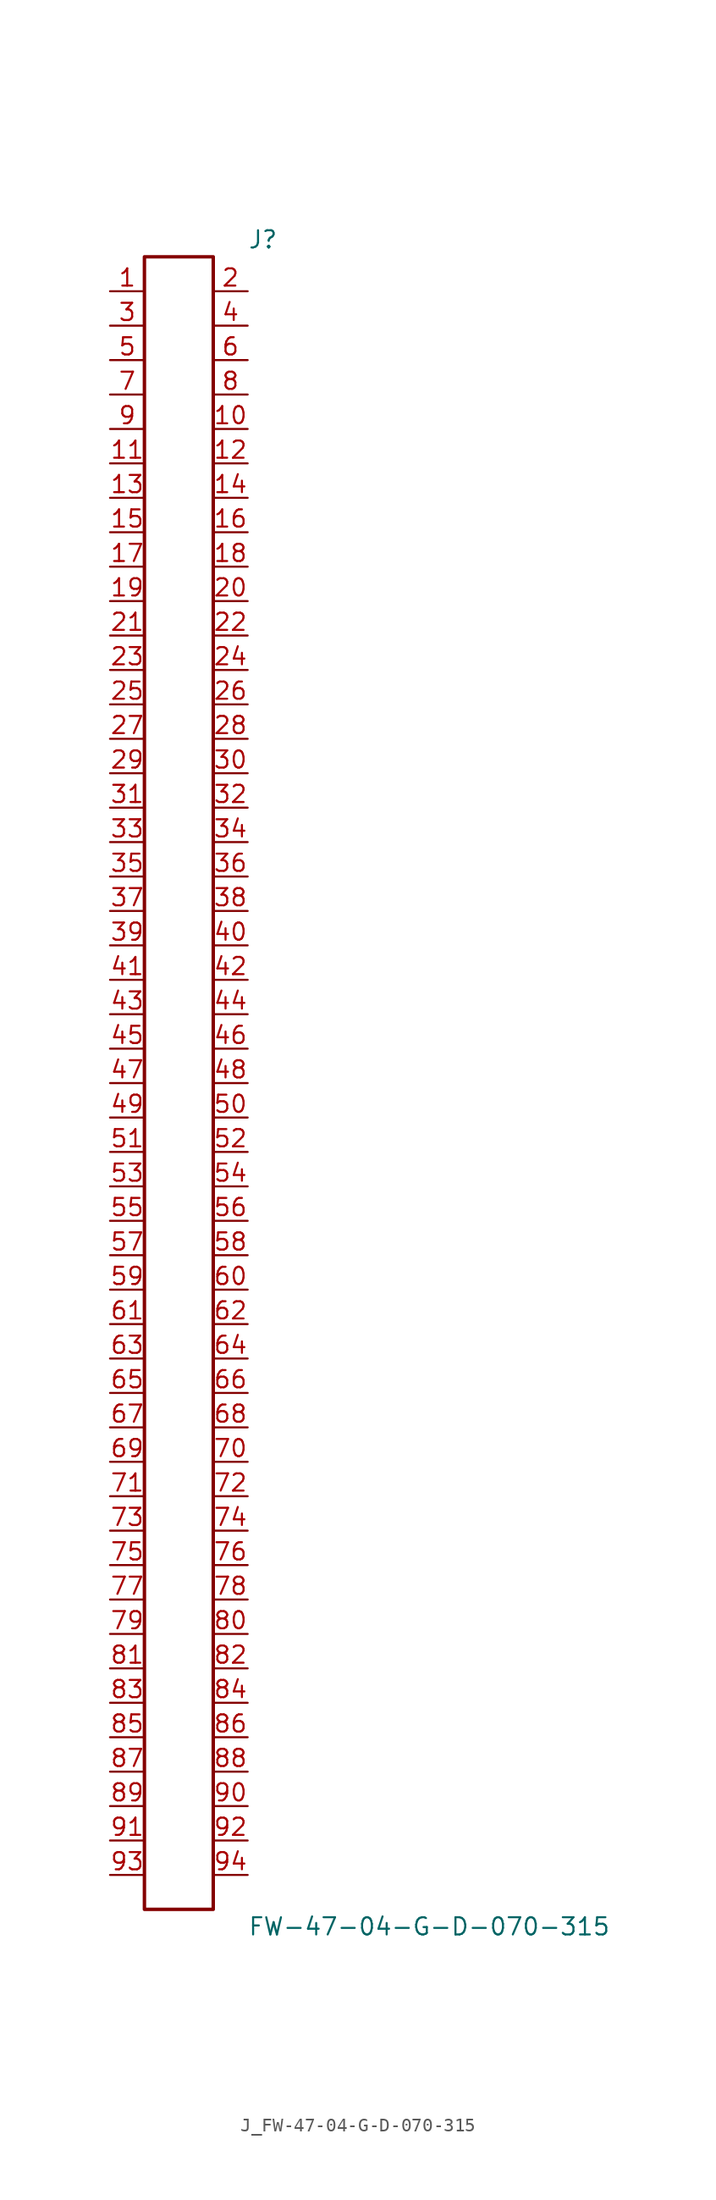
<source format=kicad_sym>
(kicad_symbol_lib
  (version 20231120)
  (generator kicad_symbol_editor)
  (generator_version 8.0)
  (symbol "J_FW-47-04-G-D-070-315"
    (pin_names
      (offset 0.254))
    (property "Reference" "J"
      (at 5.08 62.23 0)
      (effects (font (size 1.27 1.27)) (justify left)))
    (property "Value" "FW-47-04-G-D-070-315"
      (at 5.08 -62.23 0)
      (effects (font (size 1.27 1.27)) (justify left)))
    (symbol "J_FW-47-04-G-D-070-315_0_0"
      (pin passive line (at -5.08 58.42 0) (length 2.54) (name "" (effects (font (size 1.27 1.27)))) (number "1" (effects (font (size 1.27 1.27)))))
      (pin passive line (at 5.08 58.42 180) (length 2.54) (name "" (effects (font (size 1.27 1.27)))) (number "2" (effects (font (size 1.27 1.27)))))
      (pin passive line (at -5.08 55.88 0) (length 2.54) (name "" (effects (font (size 1.27 1.27)))) (number "3" (effects (font (size 1.27 1.27)))))
      (pin passive line (at 5.08 55.88 180) (length 2.54) (name "" (effects (font (size 1.27 1.27)))) (number "4" (effects (font (size 1.27 1.27)))))
      (pin passive line (at -5.08 53.34 0) (length 2.54) (name "" (effects (font (size 1.27 1.27)))) (number "5" (effects (font (size 1.27 1.27)))))
      (pin passive line (at 5.08 53.34 180) (length 2.54) (name "" (effects (font (size 1.27 1.27)))) (number "6" (effects (font (size 1.27 1.27)))))
      (pin passive line (at -5.08 50.8 0) (length 2.54) (name "" (effects (font (size 1.27 1.27)))) (number "7" (effects (font (size 1.27 1.27)))))
      (pin passive line (at 5.08 50.8 180) (length 2.54) (name "" (effects (font (size 1.27 1.27)))) (number "8" (effects (font (size 1.27 1.27)))))
      (pin passive line (at -5.08 48.26 0) (length 2.54) (name "" (effects (font (size 1.27 1.27)))) (number "9" (effects (font (size 1.27 1.27)))))
      (pin passive line (at 5.08 48.26 180) (length 2.54) (name "" (effects (font (size 1.27 1.27)))) (number "10" (effects (font (size 1.27 1.27)))))
      (pin passive line (at -5.08 45.72 0) (length 2.54) (name "" (effects (font (size 1.27 1.27)))) (number "11" (effects (font (size 1.27 1.27)))))
      (pin passive line (at 5.08 45.72 180) (length 2.54) (name "" (effects (font (size 1.27 1.27)))) (number "12" (effects (font (size 1.27 1.27)))))
      (pin passive line (at -5.08 43.18 0) (length 2.54) (name "" (effects (font (size 1.27 1.27)))) (number "13" (effects (font (size 1.27 1.27)))))
      (pin passive line (at 5.08 43.18 180) (length 2.54) (name "" (effects (font (size 1.27 1.27)))) (number "14" (effects (font (size 1.27 1.27)))))
      (pin passive line (at -5.08 40.64 0) (length 2.54) (name "" (effects (font (size 1.27 1.27)))) (number "15" (effects (font (size 1.27 1.27)))))
      (pin passive line (at 5.08 40.64 180) (length 2.54) (name "" (effects (font (size 1.27 1.27)))) (number "16" (effects (font (size 1.27 1.27)))))
      (pin passive line (at -5.08 38.1 0) (length 2.54) (name "" (effects (font (size 1.27 1.27)))) (number "17" (effects (font (size 1.27 1.27)))))
      (pin passive line (at 5.08 38.1 180) (length 2.54) (name "" (effects (font (size 1.27 1.27)))) (number "18" (effects (font (size 1.27 1.27)))))
      (pin passive line (at -5.08 35.56 0) (length 2.54) (name "" (effects (font (size 1.27 1.27)))) (number "19" (effects (font (size 1.27 1.27)))))
      (pin passive line (at 5.08 35.56 180) (length 2.54) (name "" (effects (font (size 1.27 1.27)))) (number "20" (effects (font (size 1.27 1.27)))))
      (pin passive line (at -5.08 33.02 0) (length 2.54) (name "" (effects (font (size 1.27 1.27)))) (number "21" (effects (font (size 1.27 1.27)))))
      (pin passive line (at 5.08 33.02 180) (length 2.54) (name "" (effects (font (size 1.27 1.27)))) (number "22" (effects (font (size 1.27 1.27)))))
      (pin passive line (at -5.08 30.48 0) (length 2.54) (name "" (effects (font (size 1.27 1.27)))) (number "23" (effects (font (size 1.27 1.27)))))
      (pin passive line (at 5.08 30.48 180) (length 2.54) (name "" (effects (font (size 1.27 1.27)))) (number "24" (effects (font (size 1.27 1.27)))))
      (pin passive line (at -5.08 27.94 0) (length 2.54) (name "" (effects (font (size 1.27 1.27)))) (number "25" (effects (font (size 1.27 1.27)))))
      (pin passive line (at 5.08 27.94 180) (length 2.54) (name "" (effects (font (size 1.27 1.27)))) (number "26" (effects (font (size 1.27 1.27)))))
      (pin passive line (at -5.08 25.4 0) (length 2.54) (name "" (effects (font (size 1.27 1.27)))) (number "27" (effects (font (size 1.27 1.27)))))
      (pin passive line (at 5.08 25.4 180) (length 2.54) (name "" (effects (font (size 1.27 1.27)))) (number "28" (effects (font (size 1.27 1.27)))))
      (pin passive line (at -5.08 22.86 0) (length 2.54) (name "" (effects (font (size 1.27 1.27)))) (number "29" (effects (font (size 1.27 1.27)))))
      (pin passive line (at 5.08 22.86 180) (length 2.54) (name "" (effects (font (size 1.27 1.27)))) (number "30" (effects (font (size 1.27 1.27)))))
      (pin passive line (at -5.08 20.32 0) (length 2.54) (name "" (effects (font (size 1.27 1.27)))) (number "31" (effects (font (size 1.27 1.27)))))
      (pin passive line (at 5.08 20.32 180) (length 2.54) (name "" (effects (font (size 1.27 1.27)))) (number "32" (effects (font (size 1.27 1.27)))))
      (pin passive line (at -5.08 17.78 0) (length 2.54) (name "" (effects (font (size 1.27 1.27)))) (number "33" (effects (font (size 1.27 1.27)))))
      (pin passive line (at 5.08 17.78 180) (length 2.54) (name "" (effects (font (size 1.27 1.27)))) (number "34" (effects (font (size 1.27 1.27)))))
      (pin passive line (at -5.08 15.24 0) (length 2.54) (name "" (effects (font (size 1.27 1.27)))) (number "35" (effects (font (size 1.27 1.27)))))
      (pin passive line (at 5.08 15.24 180) (length 2.54) (name "" (effects (font (size 1.27 1.27)))) (number "36" (effects (font (size 1.27 1.27)))))
      (pin passive line (at -5.08 12.7 0) (length 2.54) (name "" (effects (font (size 1.27 1.27)))) (number "37" (effects (font (size 1.27 1.27)))))
      (pin passive line (at 5.08 12.7 180) (length 2.54) (name "" (effects (font (size 1.27 1.27)))) (number "38" (effects (font (size 1.27 1.27)))))
      (pin passive line (at -5.08 10.16 0) (length 2.54) (name "" (effects (font (size 1.27 1.27)))) (number "39" (effects (font (size 1.27 1.27)))))
      (pin passive line (at 5.08 10.16 180) (length 2.54) (name "" (effects (font (size 1.27 1.27)))) (number "40" (effects (font (size 1.27 1.27)))))
      (pin passive line (at -5.08 7.62 0) (length 2.54) (name "" (effects (font (size 1.27 1.27)))) (number "41" (effects (font (size 1.27 1.27)))))
      (pin passive line (at 5.08 7.62 180) (length 2.54) (name "" (effects (font (size 1.27 1.27)))) (number "42" (effects (font (size 1.27 1.27)))))
      (pin passive line (at -5.08 5.08 0) (length 2.54) (name "" (effects (font (size 1.27 1.27)))) (number "43" (effects (font (size 1.27 1.27)))))
      (pin passive line (at 5.08 5.08 180) (length 2.54) (name "" (effects (font (size 1.27 1.27)))) (number "44" (effects (font (size 1.27 1.27)))))
      (pin passive line (at -5.08 2.54 0) (length 2.54) (name "" (effects (font (size 1.27 1.27)))) (number "45" (effects (font (size 1.27 1.27)))))
      (pin passive line (at 5.08 2.54 180) (length 2.54) (name "" (effects (font (size 1.27 1.27)))) (number "46" (effects (font (size 1.27 1.27)))))
      (pin passive line (at -5.08 0.0 0) (length 2.54) (name "" (effects (font (size 1.27 1.27)))) (number "47" (effects (font (size 1.27 1.27)))))
      (pin passive line (at 5.08 0.0 180) (length 2.54) (name "" (effects (font (size 1.27 1.27)))) (number "48" (effects (font (size 1.27 1.27)))))
      (pin passive line (at -5.08 -2.54 0) (length 2.54) (name "" (effects (font (size 1.27 1.27)))) (number "49" (effects (font (size 1.27 1.27)))))
      (pin passive line (at 5.08 -2.54 180) (length 2.54) (name "" (effects (font (size 1.27 1.27)))) (number "50" (effects (font (size 1.27 1.27)))))
      (pin passive line (at -5.08 -5.08 0) (length 2.54) (name "" (effects (font (size 1.27 1.27)))) (number "51" (effects (font (size 1.27 1.27)))))
      (pin passive line (at 5.08 -5.08 180) (length 2.54) (name "" (effects (font (size 1.27 1.27)))) (number "52" (effects (font (size 1.27 1.27)))))
      (pin passive line (at -5.08 -7.62 0) (length 2.54) (name "" (effects (font (size 1.27 1.27)))) (number "53" (effects (font (size 1.27 1.27)))))
      (pin passive line (at 5.08 -7.62 180) (length 2.54) (name "" (effects (font (size 1.27 1.27)))) (number "54" (effects (font (size 1.27 1.27)))))
      (pin passive line (at -5.08 -10.16 0) (length 2.54) (name "" (effects (font (size 1.27 1.27)))) (number "55" (effects (font (size 1.27 1.27)))))
      (pin passive line (at 5.08 -10.16 180) (length 2.54) (name "" (effects (font (size 1.27 1.27)))) (number "56" (effects (font (size 1.27 1.27)))))
      (pin passive line (at -5.08 -12.7 0) (length 2.54) (name "" (effects (font (size 1.27 1.27)))) (number "57" (effects (font (size 1.27 1.27)))))
      (pin passive line (at 5.08 -12.7 180) (length 2.54) (name "" (effects (font (size 1.27 1.27)))) (number "58" (effects (font (size 1.27 1.27)))))
      (pin passive line (at -5.08 -15.24 0) (length 2.54) (name "" (effects (font (size 1.27 1.27)))) (number "59" (effects (font (size 1.27 1.27)))))
      (pin passive line (at 5.08 -15.24 180) (length 2.54) (name "" (effects (font (size 1.27 1.27)))) (number "60" (effects (font (size 1.27 1.27)))))
      (pin passive line (at -5.08 -17.78 0) (length 2.54) (name "" (effects (font (size 1.27 1.27)))) (number "61" (effects (font (size 1.27 1.27)))))
      (pin passive line (at 5.08 -17.78 180) (length 2.54) (name "" (effects (font (size 1.27 1.27)))) (number "62" (effects (font (size 1.27 1.27)))))
      (pin passive line (at -5.08 -20.32 0) (length 2.54) (name "" (effects (font (size 1.27 1.27)))) (number "63" (effects (font (size 1.27 1.27)))))
      (pin passive line (at 5.08 -20.32 180) (length 2.54) (name "" (effects (font (size 1.27 1.27)))) (number "64" (effects (font (size 1.27 1.27)))))
      (pin passive line (at -5.08 -22.86 0) (length 2.54) (name "" (effects (font (size 1.27 1.27)))) (number "65" (effects (font (size 1.27 1.27)))))
      (pin passive line (at 5.08 -22.86 180) (length 2.54) (name "" (effects (font (size 1.27 1.27)))) (number "66" (effects (font (size 1.27 1.27)))))
      (pin passive line (at -5.08 -25.4 0) (length 2.54) (name "" (effects (font (size 1.27 1.27)))) (number "67" (effects (font (size 1.27 1.27)))))
      (pin passive line (at 5.08 -25.4 180) (length 2.54) (name "" (effects (font (size 1.27 1.27)))) (number "68" (effects (font (size 1.27 1.27)))))
      (pin passive line (at -5.08 -27.94 0) (length 2.54) (name "" (effects (font (size 1.27 1.27)))) (number "69" (effects (font (size 1.27 1.27)))))
      (pin passive line (at 5.08 -27.94 180) (length 2.54) (name "" (effects (font (size 1.27 1.27)))) (number "70" (effects (font (size 1.27 1.27)))))
      (pin passive line (at -5.08 -30.48 0) (length 2.54) (name "" (effects (font (size 1.27 1.27)))) (number "71" (effects (font (size 1.27 1.27)))))
      (pin passive line (at 5.08 -30.48 180) (length 2.54) (name "" (effects (font (size 1.27 1.27)))) (number "72" (effects (font (size 1.27 1.27)))))
      (pin passive line (at -5.08 -33.02 0) (length 2.54) (name "" (effects (font (size 1.27 1.27)))) (number "73" (effects (font (size 1.27 1.27)))))
      (pin passive line (at 5.08 -33.02 180) (length 2.54) (name "" (effects (font (size 1.27 1.27)))) (number "74" (effects (font (size 1.27 1.27)))))
      (pin passive line (at -5.08 -35.56 0) (length 2.54) (name "" (effects (font (size 1.27 1.27)))) (number "75" (effects (font (size 1.27 1.27)))))
      (pin passive line (at 5.08 -35.56 180) (length 2.54) (name "" (effects (font (size 1.27 1.27)))) (number "76" (effects (font (size 1.27 1.27)))))
      (pin passive line (at -5.08 -38.1 0) (length 2.54) (name "" (effects (font (size 1.27 1.27)))) (number "77" (effects (font (size 1.27 1.27)))))
      (pin passive line (at 5.08 -38.1 180) (length 2.54) (name "" (effects (font (size 1.27 1.27)))) (number "78" (effects (font (size 1.27 1.27)))))
      (pin passive line (at -5.08 -40.64 0) (length 2.54) (name "" (effects (font (size 1.27 1.27)))) (number "79" (effects (font (size 1.27 1.27)))))
      (pin passive line (at 5.08 -40.64 180) (length 2.54) (name "" (effects (font (size 1.27 1.27)))) (number "80" (effects (font (size 1.27 1.27)))))
      (pin passive line (at -5.08 -43.18 0) (length 2.54) (name "" (effects (font (size 1.27 1.27)))) (number "81" (effects (font (size 1.27 1.27)))))
      (pin passive line (at 5.08 -43.18 180) (length 2.54) (name "" (effects (font (size 1.27 1.27)))) (number "82" (effects (font (size 1.27 1.27)))))
      (pin passive line (at -5.08 -45.72 0) (length 2.54) (name "" (effects (font (size 1.27 1.27)))) (number "83" (effects (font (size 1.27 1.27)))))
      (pin passive line (at 5.08 -45.72 180) (length 2.54) (name "" (effects (font (size 1.27 1.27)))) (number "84" (effects (font (size 1.27 1.27)))))
      (pin passive line (at -5.08 -48.26 0) (length 2.54) (name "" (effects (font (size 1.27 1.27)))) (number "85" (effects (font (size 1.27 1.27)))))
      (pin passive line (at 5.08 -48.26 180) (length 2.54) (name "" (effects (font (size 1.27 1.27)))) (number "86" (effects (font (size 1.27 1.27)))))
      (pin passive line (at -5.08 -50.8 0) (length 2.54) (name "" (effects (font (size 1.27 1.27)))) (number "87" (effects (font (size 1.27 1.27)))))
      (pin passive line (at 5.08 -50.8 180) (length 2.54) (name "" (effects (font (size 1.27 1.27)))) (number "88" (effects (font (size 1.27 1.27)))))
      (pin passive line (at -5.08 -53.34 0) (length 2.54) (name "" (effects (font (size 1.27 1.27)))) (number "89" (effects (font (size 1.27 1.27)))))
      (pin passive line (at 5.08 -53.34 180) (length 2.54) (name "" (effects (font (size 1.27 1.27)))) (number "90" (effects (font (size 1.27 1.27)))))
      (pin passive line (at -5.08 -55.88 0) (length 2.54) (name "" (effects (font (size 1.27 1.27)))) (number "91" (effects (font (size 1.27 1.27)))))
      (pin passive line (at 5.08 -55.88 180) (length 2.54) (name "" (effects (font (size 1.27 1.27)))) (number "92" (effects (font (size 1.27 1.27)))))
      (pin passive line (at -5.08 -58.42 0) (length 2.54) (name "" (effects (font (size 1.27 1.27)))) (number "93" (effects (font (size 1.27 1.27)))))
      (pin passive line (at 5.08 -58.42 180) (length 2.54) (name "" (effects (font (size 1.27 1.27)))) (number "94" (effects (font (size 1.27 1.27))))))
    (symbol "J_FW-47-04-G-D-070-315_1_0"
      (rectangle (start -2.54 60.96) (end 2.54 -60.96) (stroke (width 0.254) (type solid)) (fill (type none))))))
</source>
